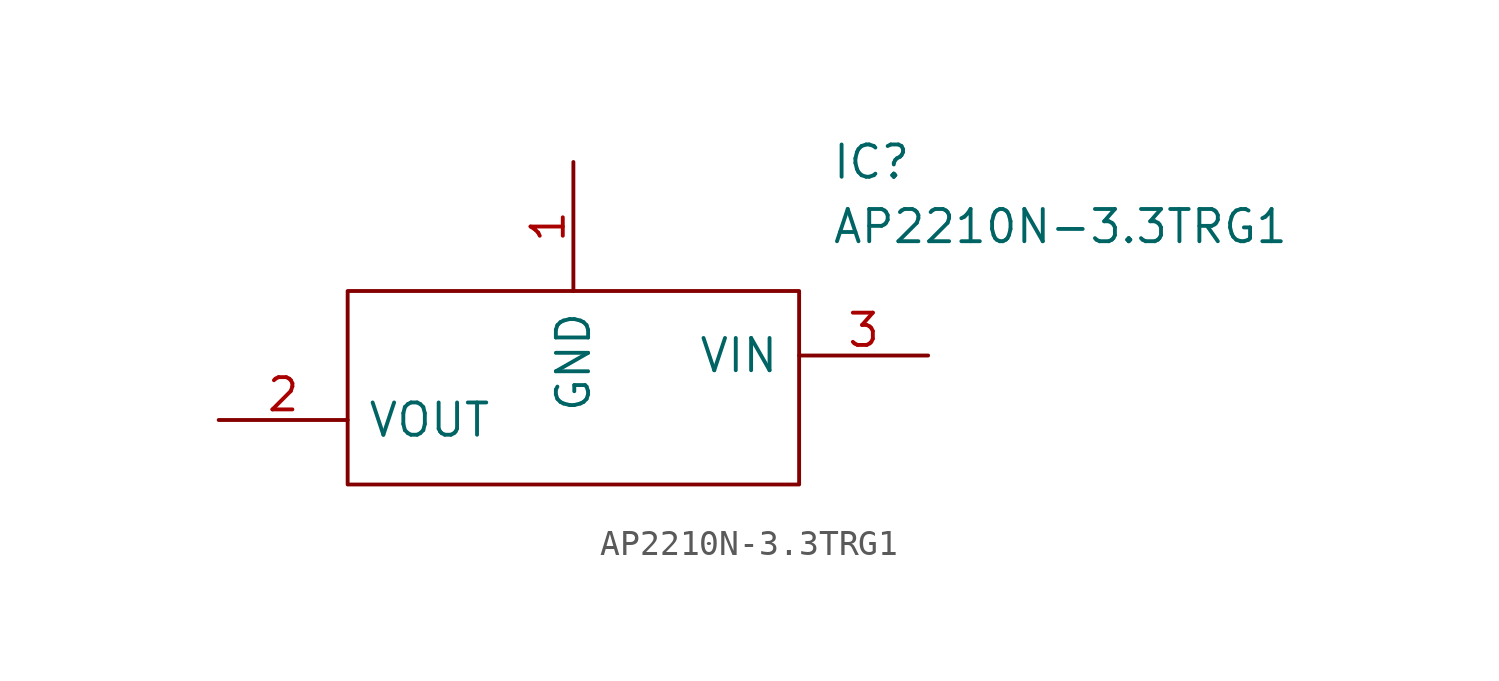
<source format=kicad_sym>
(kicad_symbol_lib
  (version 20211014)
  (generator kicad_symbol_editor)
  (symbol "AP2210N-3.3TRG1"
    (pin_names
      (offset 0.762))
    (property "Reference" "IC"
      (at 24.13 7.62 0)
      (effects (font (size 1.27 1.27)) (justify left)))
    (property "Value" "AP2210N-3.3TRG1"
      (at 24.13 5.08 0)
      (effects (font (size 1.27 1.27)) (justify left)))
    (symbol "AP2210N-3.3TRG1_0_0"
      (pin passive line (at 13.97 7.62 270) (length 5.08) (name "GND" (effects (font (size 1.27 1.27)))) (number "1" (effects (font (size 1.27 1.27)))))
      (pin passive line (at 0 -2.54 0) (length 5.08) (name "VOUT" (effects (font (size 1.27 1.27)))) (number "2" (effects (font (size 1.27 1.27)))))
      (pin passive line (at 27.94 0 180) (length 5.08) (name "VIN" (effects (font (size 1.27 1.27)))) (number "3" (effects (font (size 1.27 1.27))))))
    (symbol "AP2210N-3.3TRG1_0_1"
      (polyline (pts (xy 5.08 2.54) (xy 22.86 2.54) (xy 22.86 -5.08) (xy 5.08 -5.08) (xy 5.08 2.54)) (stroke (width 0.152) (type default) (color 0 0 0 0)) (fill (type none))))))
</source>
